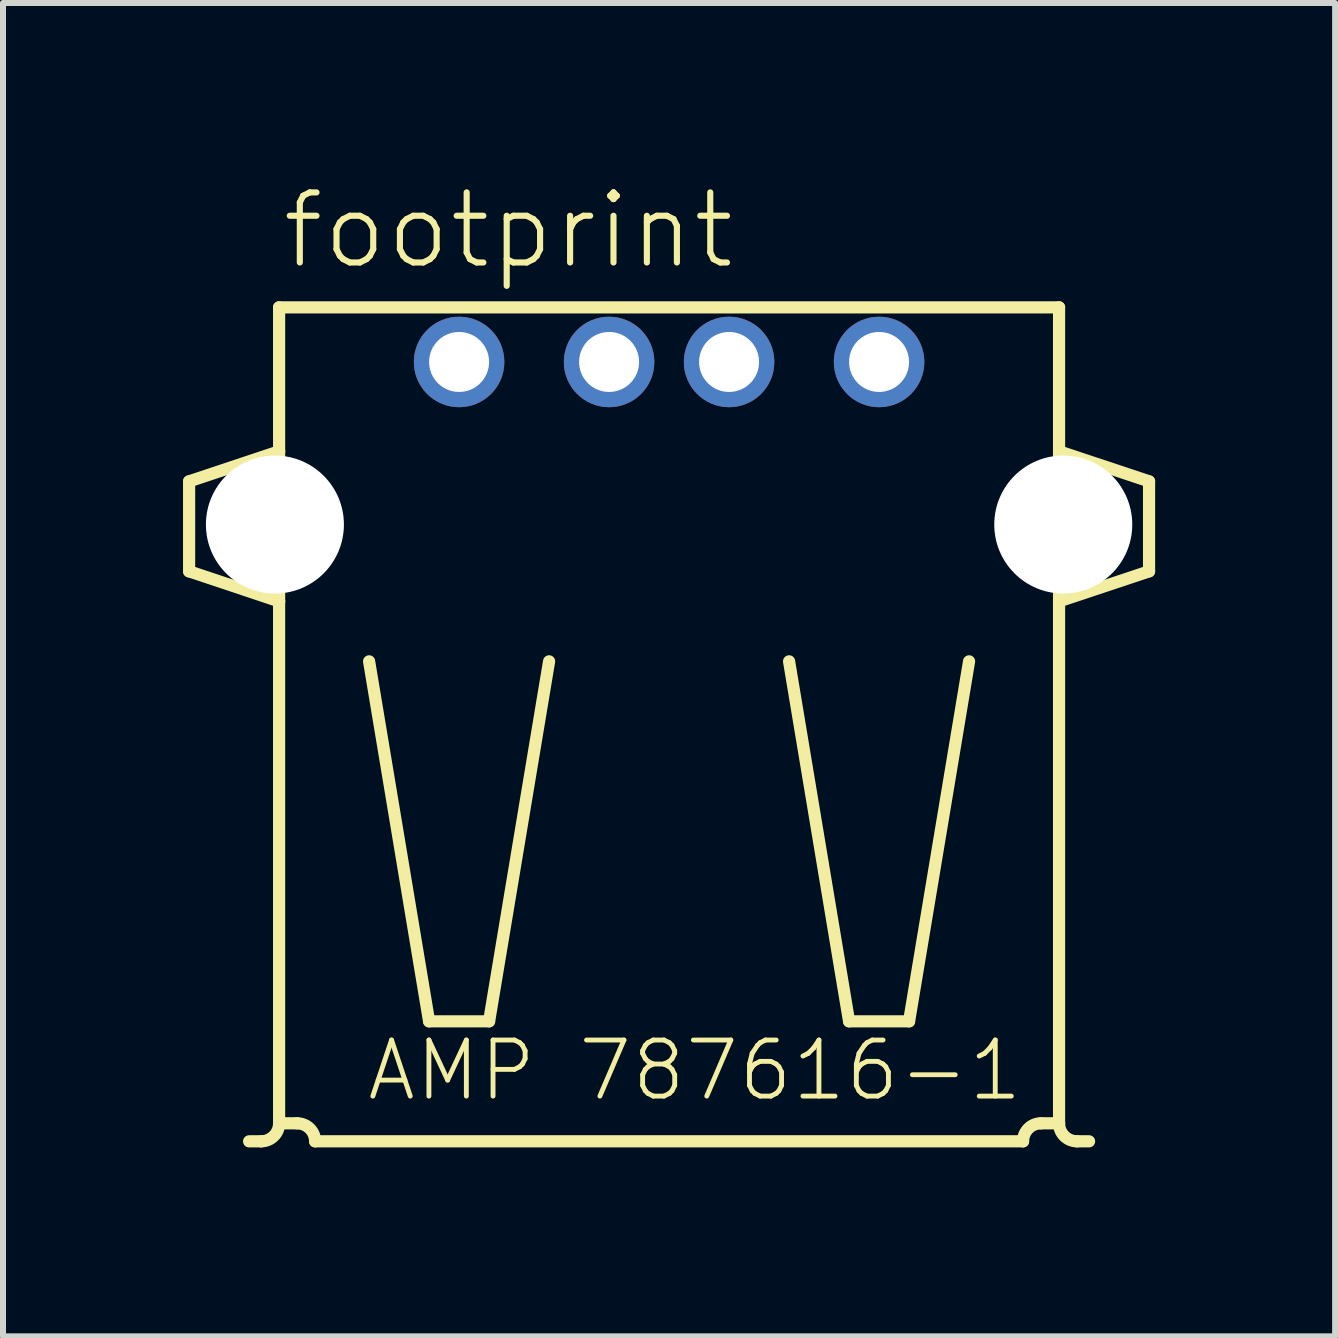
<source format=kicad_pcb>
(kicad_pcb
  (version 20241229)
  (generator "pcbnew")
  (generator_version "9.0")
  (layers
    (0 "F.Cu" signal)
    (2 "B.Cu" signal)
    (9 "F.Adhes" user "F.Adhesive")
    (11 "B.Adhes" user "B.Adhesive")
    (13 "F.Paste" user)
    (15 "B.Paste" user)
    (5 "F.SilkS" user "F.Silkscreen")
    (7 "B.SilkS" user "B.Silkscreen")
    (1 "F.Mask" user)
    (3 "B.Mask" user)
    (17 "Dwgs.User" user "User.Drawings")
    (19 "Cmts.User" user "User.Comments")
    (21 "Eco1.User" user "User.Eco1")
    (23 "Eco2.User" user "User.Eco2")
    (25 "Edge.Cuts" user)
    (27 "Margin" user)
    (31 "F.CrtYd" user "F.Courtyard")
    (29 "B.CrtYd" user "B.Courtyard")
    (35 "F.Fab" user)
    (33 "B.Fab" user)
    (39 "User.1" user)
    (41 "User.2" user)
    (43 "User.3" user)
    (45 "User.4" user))
  (footprint "footprint"
    (layer "F.Cu")
    (at 8.102 15.973)
    (property "Reference" "footprint" (at -6.5 -14.5 0) (layer "F.SilkS") (effects (font (size 1.168 1.168) (thickness 0.102)) (justify left bottom)))
    (fp_line (start -8 -11) (end -8 -9.5) (stroke (width 0.203) (type solid)) (layer "F.SilkS"))
    (fp_line (start -8 -9.5) (end -6.5 -9) (stroke (width 0.203) (type solid)) (layer "F.SilkS"))
    (fp_line (start -6.8 0) (end -7 0) (stroke (width 0.203) (type solid)) (layer "F.SilkS"))
    (fp_line (start -6.5 -13.9) (end -6.5 -11.5) (stroke (width 0.203) (type solid)) (layer "F.SilkS"))
    (fp_line (start -6.5 -11.5) (end -8 -11) (stroke (width 0.203) (type solid)) (layer "F.SilkS"))
    (fp_line (start -6.5 -11.5) (end -6.5 -9) (stroke (width 0.203) (type solid)) (layer "F.SilkS"))
    (fp_line (start -6.5 -9) (end -6.5 -0.3) (stroke (width 0.203) (type solid)) (layer "F.SilkS"))
    (fp_line (start -6.5 -0.3) (end -6.5 -0.3) (stroke (width 0.203) (type solid)) (layer "F.SilkS"))
    (fp_line (start -6.5 -0.3) (end -6.2 -0.3) (stroke (width 0.203) (type solid)) (layer "F.SilkS"))
    (fp_line (start -5.9 0) (end 5.9 0) (stroke (width 0.203) (type solid)) (layer "F.SilkS"))
    (fp_line (start -5 -8) (end -4 -2) (stroke (width 0.203) (type solid)) (layer "F.SilkS"))
    (fp_line (start -4 -2) (end -3 -2) (stroke (width 0.203) (type solid)) (layer "F.SilkS"))
    (fp_line (start -3 -2) (end -2 -8) (stroke (width 0.203) (type solid)) (layer "F.SilkS"))
    (fp_line (start 3 -2) (end 2 -8) (stroke (width 0.203) (type solid)) (layer "F.SilkS"))
    (fp_line (start 4 -2) (end 3 -2) (stroke (width 0.203) (type solid)) (layer "F.SilkS"))
    (fp_line (start 5 -8) (end 4 -2) (stroke (width 0.203) (type solid)) (layer "F.SilkS"))
    (fp_line (start 6.2 -0.3) (end 6.5 -0.3) (stroke (width 0.203) (type solid)) (layer "F.SilkS"))
    (fp_line (start 6.5 -13.9) (end -6.5 -13.9) (stroke (width 0.203) (type solid)) (layer "F.SilkS"))
    (fp_line (start 6.5 -11.5) (end 6.5 -13.9) (stroke (width 0.203) (type solid)) (layer "F.SilkS"))
    (fp_line (start 6.5 -11.5) (end 8 -11) (stroke (width 0.203) (type solid)) (layer "F.SilkS"))
    (fp_line (start 6.5 -9) (end 6.5 -11.5) (stroke (width 0.203) (type solid)) (layer "F.SilkS"))
    (fp_line (start 6.5 -0.3) (end 6.5 -9) (stroke (width 0.203) (type solid)) (layer "F.SilkS"))
    (fp_line (start 6.8 0) (end 7 0) (stroke (width 0.203) (type solid)) (layer "F.SilkS"))
    (fp_line (start 8 -11) (end 8 -9.5) (stroke (width 0.203) (type solid)) (layer "F.SilkS"))
    (fp_line (start 8 -9.5) (end 6.5 -9) (stroke (width 0.203) (type solid)) (layer "F.SilkS"))
    (fp_arc (start -6.4999 -0.3) (mid -6.587768 -0.087868) (end -6.7999 0) (stroke (width 0.2032) (type solid)) (layer "F.SilkS"))
    (fp_arc (start -6.2 -0.3) (mid -5.987868 -0.212132) (end -5.9 0) (stroke (width 0.2032) (type solid)) (layer "F.SilkS"))
    (fp_arc (start 5.9 0) (mid 5.987862 -0.212167) (end 6.199999 -0.300099) (stroke (width 0.2032) (type solid)) (layer "F.SilkS"))
    (fp_arc (start 6.8 0) (mid 6.587868 -0.087868) (end 6.5 -0.3) (stroke (width 0.2032) (type solid)) (layer "F.SilkS"))
    (fp_text user "AMP 787616-1" (at -5.08 -0.635 0) (layer "F.SilkS") (effects (font (size 0.935 0.935) (thickness 0.081)) (justify left bottom)))
    (pad "" np_thru_hole circle (at -6.57 -10.28) (size 2.3 2.3) (drill 2.3) (layers "*.Cu" "*.Mask"))
    (pad "" np_thru_hole circle (at 6.57 -10.28) (size 2.3 2.3) (drill 2.3) (layers "*.Cu" "*.Mask"))
    (pad "1" thru_hole circle (at -3.5 -12.99) (size 1.508 1.508) (drill 1) (layers "*.Cu" "*.Mask"))
    (pad "2" thru_hole circle (at -1 -12.99) (size 1.508 1.508) (drill 1) (layers "*.Cu" "*.Mask"))
    (pad "3" thru_hole circle (at 1 -12.99) (size 1.508 1.508) (drill 1) (layers "*.Cu" "*.Mask"))
    (pad "4" thru_hole circle (at 3.5 -12.99) (size 1.508 1.508) (drill 1) (layers "*.Cu" "*.Mask")))
  (gr_rect
    (start -3 -3)
    (end 19.203 19.223)
    (stroke (width 0.1) (type default))
    (fill no)
    (layer "Edge.Cuts")))
</source>
